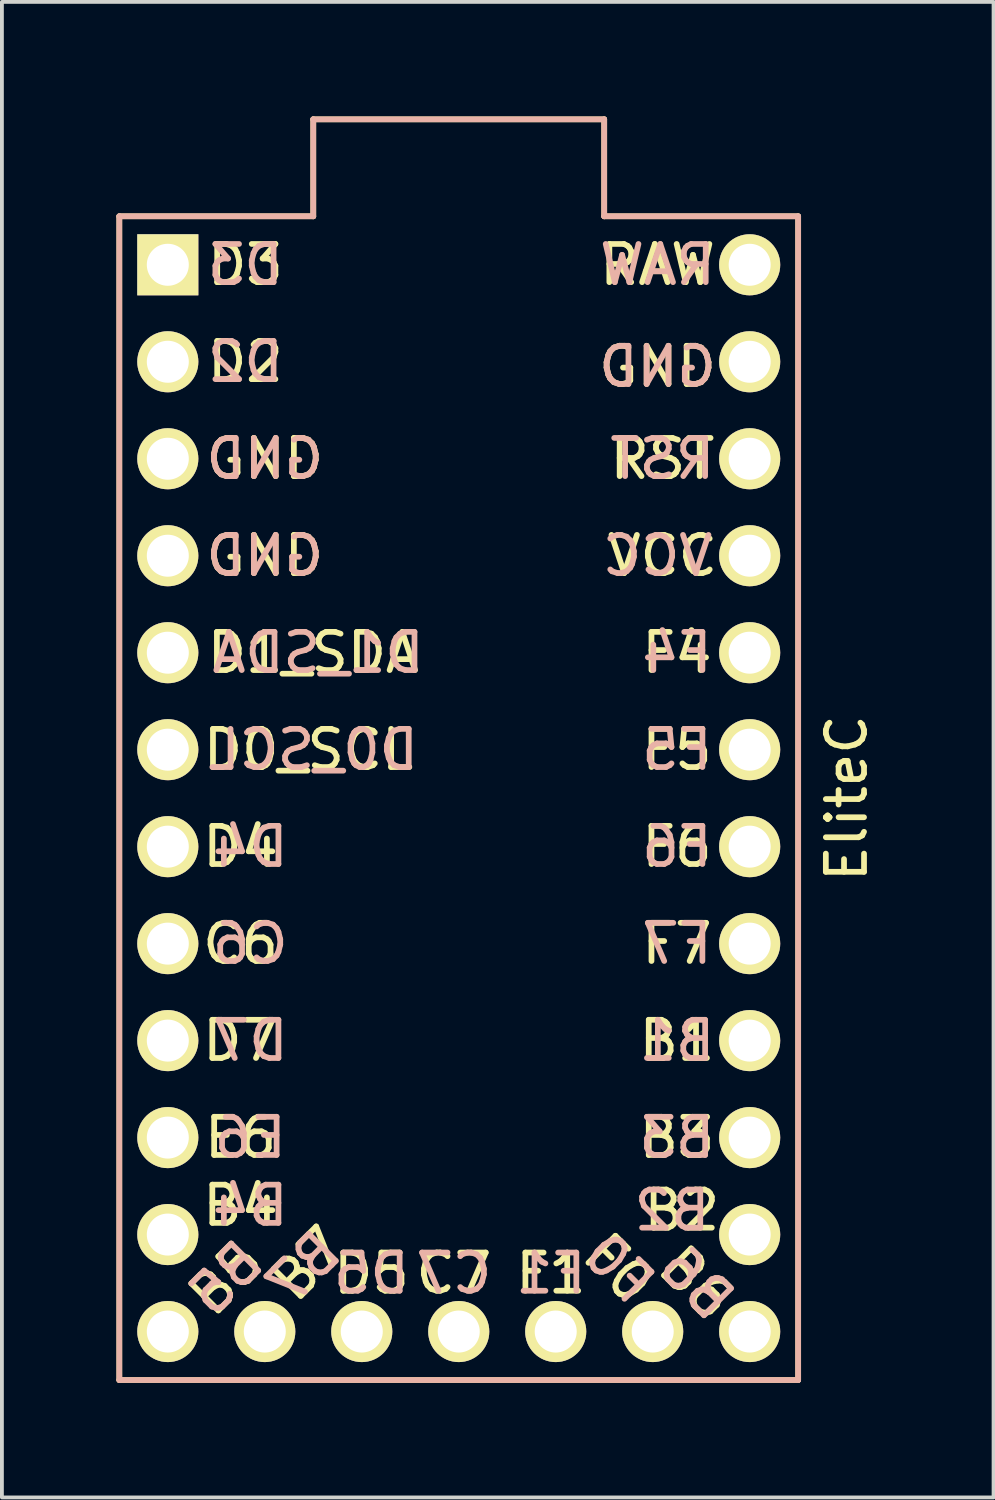
<source format=kicad_pcb>
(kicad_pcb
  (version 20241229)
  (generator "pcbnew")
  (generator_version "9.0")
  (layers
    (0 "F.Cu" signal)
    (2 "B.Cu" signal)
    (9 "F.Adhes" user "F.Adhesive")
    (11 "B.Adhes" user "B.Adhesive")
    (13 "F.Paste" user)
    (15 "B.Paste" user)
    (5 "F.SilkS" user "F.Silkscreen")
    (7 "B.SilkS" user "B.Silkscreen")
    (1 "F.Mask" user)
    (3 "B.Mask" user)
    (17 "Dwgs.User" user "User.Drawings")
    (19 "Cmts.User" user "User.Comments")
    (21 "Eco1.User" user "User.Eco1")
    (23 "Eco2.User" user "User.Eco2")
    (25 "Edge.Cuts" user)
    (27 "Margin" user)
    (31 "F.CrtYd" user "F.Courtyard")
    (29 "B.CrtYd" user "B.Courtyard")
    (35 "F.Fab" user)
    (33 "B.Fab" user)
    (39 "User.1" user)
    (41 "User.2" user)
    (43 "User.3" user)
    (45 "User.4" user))
  (footprint "EliteC"
    (layer "F.Cu")
    (at 9.219 17.982)
    (property "Reference" "EliteC" (at 9.906 -0.127 270) (layer "F.SilkS") (effects (font (size 1 1) (thickness 0.15))))
    (attr through_hole)
    (fp_line (start -9.144 -15.367) (end -9.144 15.113) (stroke (width 0.15) (type solid)) (layer "F.SilkS"))
    (fp_line (start -9.144 -15.367) (end -4.064 -15.367) (stroke (width 0.15) (type solid)) (layer "F.SilkS"))
    (fp_line (start -4.064 -17.907) (end 3.556 -17.907) (stroke (width 0.15) (type solid)) (layer "F.SilkS"))
    (fp_line (start -4.064 -15.367) (end -4.064 -17.907) (stroke (width 0.15) (type solid)) (layer "F.SilkS"))
    (fp_line (start 3.556 -17.907) (end 3.556 -15.367) (stroke (width 0.15) (type solid)) (layer "F.SilkS"))
    (fp_line (start 3.556 -15.367) (end 8.636 -15.367) (stroke (width 0.15) (type solid)) (layer "F.SilkS"))
    (fp_line (start 8.636 -15.367) (end 8.636 15.113) (stroke (width 0.15) (type solid)) (layer "F.SilkS"))
    (fp_line (start 8.636 15.113) (end -9.144 15.113) (stroke (width 0.15) (type solid)) (layer "F.SilkS"))
    (fp_line (start -9.144 -15.367) (end -4.064 -15.367) (stroke (width 0.15) (type solid)) (layer "B.SilkS"))
    (fp_line (start -9.144 15.113) (end -9.144 -15.367) (stroke (width 0.15) (type solid)) (layer "B.SilkS"))
    (fp_line (start -4.064 -17.907) (end 3.556 -17.907) (stroke (width 0.15) (type solid)) (layer "B.SilkS"))
    (fp_line (start -4.064 -15.367) (end -4.064 -17.907) (stroke (width 0.15) (type solid)) (layer "B.SilkS"))
    (fp_line (start 3.556 -17.907) (end 3.556 -15.367) (stroke (width 0.15) (type solid)) (layer "B.SilkS"))
    (fp_line (start 3.556 -15.367) (end 8.636 -15.367) (stroke (width 0.15) (type solid)) (layer "B.SilkS"))
    (fp_line (start 8.636 -15.367) (end 8.636 15.113) (stroke (width 0.15) (type solid)) (layer "B.SilkS"))
    (fp_line (start 8.636 15.113) (end -9.144 15.113) (stroke (width 0.15) (type solid)) (layer "B.SilkS"))
    (fp_text user "F6" (at 5.461 1.143 0) (layer "F.SilkS") (effects (font (size 1 1) (thickness 0.15))))
    (fp_text user "B4" (at -5.969 10.541 0) (layer "F.SilkS") (effects (font (size 1 1) (thickness 0.15))))
    (fp_text user "D3" (at -5.842 -14.097 0) (layer "F.SilkS") (effects (font (size 1 1) (thickness 0.15))))
    (fp_text user "D2" (at -5.842 -11.557 0) (layer "F.SilkS") (effects (font (size 1 1) (thickness 0.15))))
    (fp_text user "B2" (at 5.588 10.668 0) (layer "F.SilkS") (effects (font (size 1 1) (thickness 0.15))))
    (fp_text user "GND" (at -5.334 -6.477 0) (layer "F.SilkS") (effects (font (size 1 1) (thickness 0.15))))
    (fp_text user "D1_SDA" (at -4.064 -3.937 0) (layer "F.SilkS") (effects (font (size 1 1) (thickness 0.15))))
    (fp_text user "D5" (at -2.54 12.319 0) (layer "F.SilkS") (effects (font (size 1 1) (thickness 0.15))))
    (fp_text user "B5" (at -6.35 12.446 45) (layer "F.SilkS") (effects (font (size 1 1) (thickness 0.15))))
    (fp_text user "B7" (at -4.191 12.065 45) (layer "F.SilkS") (effects (font (size 1 1) (thickness 0.15))))
    (fp_text user "B1" (at 5.461 6.223 0) (layer "F.SilkS") (effects (font (size 1 1) (thickness 0.15))))
    (fp_text user "D7" (at -5.969 6.223 0) (layer "F.SilkS") (effects (font (size 1 1) (thickness 0.15))))
    (fp_text user "B3" (at 5.461 8.763 0) (layer "F.SilkS") (effects (font (size 1 1) (thickness 0.15))))
    (fp_text user "F5" (at 5.461 -1.397 0) (layer "F.SilkS") (effects (font (size 1 1) (thickness 0.15))))
    (fp_text user "F4" (at 5.461 -3.937 0) (layer "F.SilkS") (effects (font (size 1 1) (thickness 0.15))))
    (fp_text user "D0_SCL" (at -4.191 -1.397 0) (layer "F.SilkS") (effects (font (size 1 1) (thickness 0.15))))
    (fp_text user "GND" (at -5.334 -9.017 0) (layer "F.SilkS") (effects (font (size 1 1) (thickness 0.15))))
    (fp_text user "E6" (at -5.969 8.763 0) (layer "F.SilkS") (effects (font (size 1 1) (thickness 0.15))))
    (fp_text user "F7" (at 5.461 3.683 0) (layer "F.SilkS") (effects (font (size 1 1) (thickness 0.15))))
    (fp_text user "B6" (at 5.969 12.573 315) (layer "F.SilkS") (effects (font (size 1 1) (thickness 0.15))))
    (fp_text user "C6" (at -5.969 3.683 0) (layer "F.SilkS") (effects (font (size 1 1) (thickness 0.15))))
    (fp_text user "F0" (at 3.937 12.192 315) (layer "F.SilkS") (effects (font (size 1 1) (thickness 0.15))))
    (fp_text user "C7" (at -0.381 12.319 0) (layer "F.SilkS") (effects (font (size 1 1) (thickness 0.15))))
    (fp_text user "VCC" (at 5.08 -6.477 0) (layer "F.SilkS") (effects (font (size 1 1) (thickness 0.15))))
    (fp_text user "RAW" (at 4.953 -14.097 0) (layer "F.SilkS") (effects (font (size 1 1) (thickness 0.15))))
    (fp_text user "RST" (at 5.08 -9.017 0) (layer "F.SilkS") (effects (font (size 1 1) (thickness 0.15))))
    (fp_text user "D4" (at -5.969 1.143 0) (layer "F.SilkS") (effects (font (size 1 1) (thickness 0.15))))
    (fp_text user "GND" (at 4.953 -11.43 0) (layer "F.SilkS") (effects (font (size 1 1) (thickness 0.15))))
    (fp_text user "F1" (at 2.159 12.319 0) (layer "F.SilkS") (effects (font (size 1 1) (thickness 0.15))))
    (fp_text user "F6" (at 5.461 1.143 180) (layer "B.SilkS") (effects (font (size 1 1) (thickness 0.15)) (justify mirror)))
    (fp_text user "D7" (at -5.715 6.223 180) (layer "B.SilkS") (effects (font (size 1 1) (thickness 0.15)) (justify mirror)))
    (fp_text user "D0_SCL" (at -4.064 -1.397 180) (layer "B.SilkS") (effects (font (size 1 1) (thickness 0.15)) (justify mirror)))
    (fp_text user "F1" (at 2.159 12.319 0) (layer "B.SilkS") (effects (font (size 1 1) (thickness 0.15)) (justify mirror)))
    (fp_text user "D5" (at -2.54 12.319 0) (layer "B.SilkS") (effects (font (size 1 1) (thickness 0.15)) (justify mirror)))
    (fp_text user "GND" (at 4.953 -11.43 180) (layer "B.SilkS") (effects (font (size 1 1) (thickness 0.15)) (justify mirror)))
    (fp_text user "B3" (at 5.461 8.763 180) (layer "B.SilkS") (effects (font (size 1 1) (thickness 0.15)) (justify mirror)))
    (fp_text user "E6" (at -5.715 8.763 180) (layer "B.SilkS") (effects (font (size 1 1) (thickness 0.15)) (justify mirror)))
    (fp_text user "F4" (at 5.461 -3.937 180) (layer "B.SilkS") (effects (font (size 1 1) (thickness 0.15)) (justify mirror)))
    (fp_text user "C7" (at -0.381 12.319 0) (layer "B.SilkS") (effects (font (size 1 1) (thickness 0.15)) (justify mirror)))
    (fp_text user "C6" (at -5.715 3.683 180) (layer "B.SilkS") (effects (font (size 1 1) (thickness 0.15)) (justify mirror)))
    (fp_text user "B2" (at 5.334 10.668 180) (layer "B.SilkS") (effects (font (size 1 1) (thickness 0.15)) (justify mirror)))
    (fp_text user "GND" (at -5.334 -9.017 180) (layer "B.SilkS") (effects (font (size 1 1) (thickness 0.15)) (justify mirror)))
    (fp_text user "D1_SDA" (at -3.937 -3.937 180) (layer "B.SilkS") (effects (font (size 1 1) (thickness 0.15)) (justify mirror)))
    (fp_text user "GND" (at -5.334 -6.477 180) (layer "B.SilkS") (effects (font (size 1 1) (thickness 0.15)) (justify mirror)))
    (fp_text user "B1" (at 5.461 6.223 180) (layer "B.SilkS") (effects (font (size 1 1) (thickness 0.15)) (justify mirror)))
    (fp_text user "RAW" (at 4.953 -14.097 180) (layer "B.SilkS") (effects (font (size 1 1) (thickness 0.15)) (justify mirror)))
    (fp_text user "RST" (at 5.08 -9.017 180) (layer "B.SilkS") (effects (font (size 1 1) (thickness 0.15)) (justify mirror)))
    (fp_text user "F0" (at 3.937 12.192 135) (layer "B.SilkS") (effects (font (size 1 1) (thickness 0.15)) (justify mirror)))
    (fp_text user "B7" (at -4.318 12.192 225) (layer "B.SilkS") (effects (font (size 1 1) (thickness 0.15)) (justify mirror)))
    (fp_text user "F7" (at 5.461 3.683 180) (layer "B.SilkS") (effects (font (size 1 1) (thickness 0.15)) (justify mirror)))
    (fp_text user "D3" (at -5.842 -14.097 180) (layer "B.SilkS") (effects (font (size 1 1) (thickness 0.15)) (justify mirror)))
    (fp_text user "B4" (at -5.715 10.541 180) (layer "B.SilkS") (effects (font (size 1 1) (thickness 0.15)) (justify mirror)))
    (fp_text user "B6" (at 5.969 12.573 135) (layer "B.SilkS") (effects (font (size 1 1) (thickness 0.15)) (justify mirror)))
    (fp_text user "F5" (at 5.461 -1.397 180) (layer "B.SilkS") (effects (font (size 1 1) (thickness 0.15)) (justify mirror)))
    (fp_text user "B5" (at -6.35 12.446 225) (layer "B.SilkS") (effects (font (size 1 1) (thickness 0.15)) (justify mirror)))
    (fp_text user "D2" (at -5.842 -11.557 180) (layer "B.SilkS") (effects (font (size 1 1) (thickness 0.15)) (justify mirror)))
    (fp_text user "VCC" (at 4.953 -6.477 180) (layer "B.SilkS") (effects (font (size 1 1) (thickness 0.15)) (justify mirror)))
    (fp_text user "D4" (at -5.715 1.143 180) (layer "B.SilkS") (effects (font (size 1 1) (thickness 0.15)) (justify mirror)))
    (pad "1" thru_hole rect (at -7.874 -14.097 270) (size 1.6 1.6) (drill 1.1) (layers "*.Cu" "*.Mask" "F.SilkS"))
    (pad "2" thru_hole circle (at -7.874 -11.557 270) (size 1.6 1.6) (drill 1.1) (layers "*.Cu" "*.Mask" "F.SilkS"))
    (pad "3" thru_hole circle (at -7.874 -9.017 270) (size 1.6 1.6) (drill 1.1) (layers "*.Cu" "*.Mask" "F.SilkS"))
    (pad "4" thru_hole circle (at -7.874 -6.477 270) (size 1.6 1.6) (drill 1.1) (layers "*.Cu" "*.Mask" "F.SilkS"))
    (pad "5" thru_hole circle (at -7.874 -3.937 270) (size 1.6 1.6) (drill 1.1) (layers "*.Cu" "*.Mask" "F.SilkS"))
    (pad "6" thru_hole circle (at -7.874 -1.397 270) (size 1.6 1.6) (drill 1.1) (layers "*.Cu" "*.Mask" "F.SilkS"))
    (pad "7" thru_hole circle (at -7.874 1.143 270) (size 1.6 1.6) (drill 1.1) (layers "*.Cu" "*.Mask" "F.SilkS"))
    (pad "8" thru_hole circle (at -7.874 3.683 270) (size 1.6 1.6) (drill 1.1) (layers "*.Cu" "*.Mask" "F.SilkS"))
    (pad "9" thru_hole circle (at -7.874 6.223 270) (size 1.6 1.6) (drill 1.1) (layers "*.Cu" "*.Mask" "F.SilkS"))
    (pad "10" thru_hole circle (at -7.874 8.763 270) (size 1.6 1.6) (drill 1.1) (layers "*.Cu" "*.Mask" "F.SilkS"))
    (pad "11" thru_hole circle (at -7.874 11.303 270) (size 1.6 1.6) (drill 1.1) (layers "*.Cu" "*.Mask" "F.SilkS"))
    (pad "12" thru_hole circle (at -7.874 13.843 270) (size 1.6 1.6) (drill 1.1) (layers "*.Cu" "*.Mask" "F.SilkS"))
    (pad "13" thru_hole circle (at 7.366 13.843 270) (size 1.6 1.6) (drill 1.1) (layers "*.Cu" "*.Mask" "F.SilkS"))
    (pad "14" thru_hole circle (at 7.366 11.303 270) (size 1.6 1.6) (drill 1.1) (layers "*.Cu" "*.Mask" "F.SilkS"))
    (pad "15" thru_hole circle (at 7.366 8.763 270) (size 1.6 1.6) (drill 1.1) (layers "*.Cu" "*.Mask" "F.SilkS"))
    (pad "16" thru_hole circle (at 7.366 6.223 270) (size 1.6 1.6) (drill 1.1) (layers "*.Cu" "*.Mask" "F.SilkS"))
    (pad "17" thru_hole circle (at 7.366 3.683 270) (size 1.6 1.6) (drill 1.1) (layers "*.Cu" "*.Mask" "F.SilkS"))
    (pad "18" thru_hole circle (at 7.366 1.143 270) (size 1.6 1.6) (drill 1.1) (layers "*.Cu" "*.Mask" "F.SilkS"))
    (pad "19" thru_hole circle (at 7.366 -1.397 270) (size 1.6 1.6) (drill 1.1) (layers "*.Cu" "*.Mask" "F.SilkS"))
    (pad "20" thru_hole circle (at 7.366 -3.937 270) (size 1.6 1.6) (drill 1.1) (layers "*.Cu" "*.Mask" "F.SilkS"))
    (pad "21" thru_hole circle (at 7.366 -6.477 270) (size 1.6 1.6) (drill 1.1) (layers "*.Cu" "*.Mask" "F.SilkS"))
    (pad "22" thru_hole circle (at 7.366 -9.017 270) (size 1.6 1.6) (drill 1.1) (layers "*.Cu" "*.Mask" "F.SilkS"))
    (pad "23" thru_hole circle (at 7.366 -11.557 270) (size 1.6 1.6) (drill 1.1) (layers "*.Cu" "*.Mask" "F.SilkS"))
    (pad "24" thru_hole circle (at 7.366 -14.097 270) (size 1.6 1.6) (drill 1.1) (layers "*.Cu" "*.Mask" "F.SilkS"))
    (pad "25" thru_hole circle (at -5.334 13.843 270) (size 1.6 1.6) (drill 1.1) (layers "*.Cu" "*.Mask" "F.SilkS"))
    (pad "26" thru_hole circle (at -2.794 13.843 270) (size 1.6 1.6) (drill 1.1) (layers "*.Cu" "*.Mask" "F.SilkS"))
    (pad "27" thru_hole circle (at -0.254 13.843 270) (size 1.6 1.6) (drill 1.1) (layers "*.Cu" "*.Mask" "F.SilkS"))
    (pad "28" thru_hole circle (at 2.286 13.843 270) (size 1.6 1.6) (drill 1.1) (layers "*.Cu" "*.Mask" "F.SilkS"))
    (pad "29" thru_hole circle (at 4.826 13.843 270) (size 1.6 1.6) (drill 1.1) (layers "*.Cu" "*.Mask" "F.SilkS")))
  (gr_rect
    (start -3 -3)
    (end 22.973 36.17)
    (stroke (width 0.1) (type default))
    (fill no)
    (layer "Edge.Cuts")))
</source>
